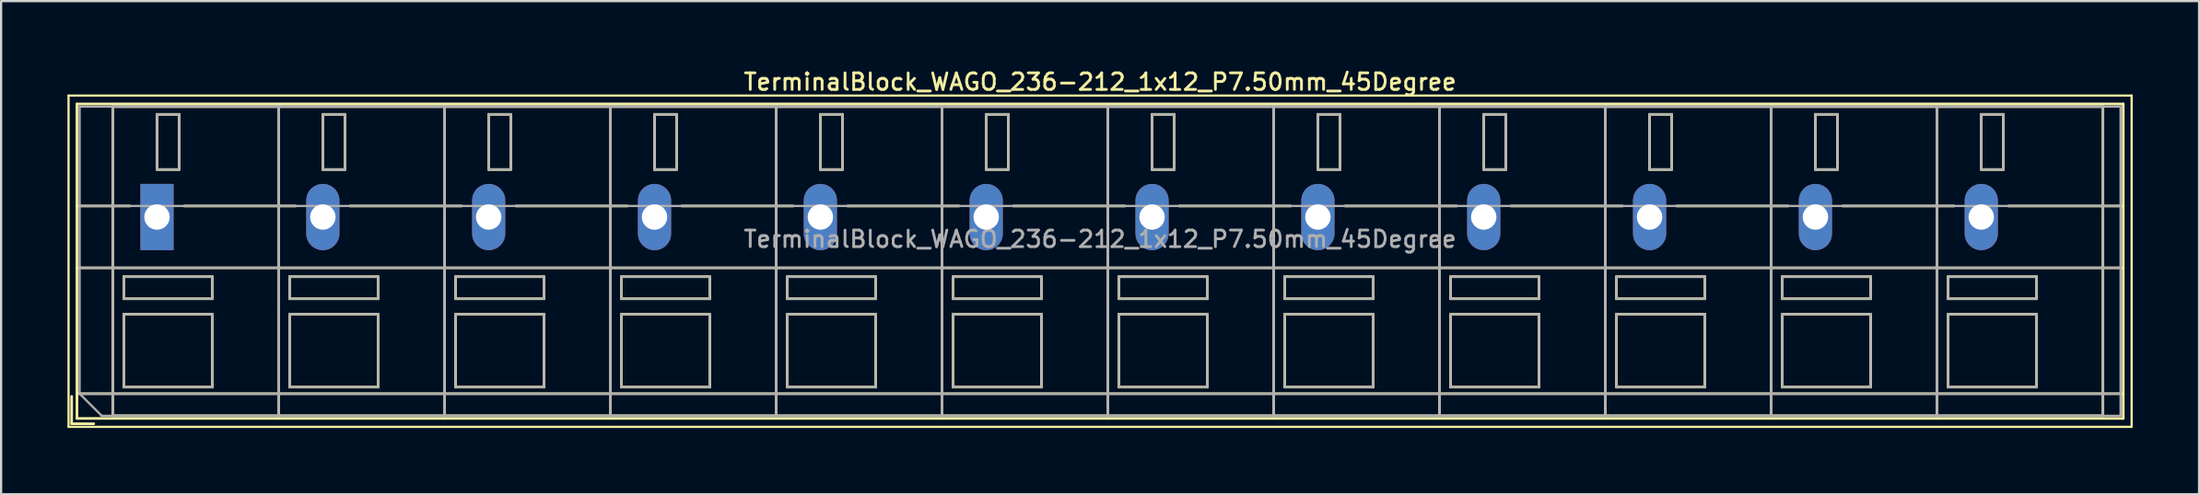
<source format=kicad_pcb>
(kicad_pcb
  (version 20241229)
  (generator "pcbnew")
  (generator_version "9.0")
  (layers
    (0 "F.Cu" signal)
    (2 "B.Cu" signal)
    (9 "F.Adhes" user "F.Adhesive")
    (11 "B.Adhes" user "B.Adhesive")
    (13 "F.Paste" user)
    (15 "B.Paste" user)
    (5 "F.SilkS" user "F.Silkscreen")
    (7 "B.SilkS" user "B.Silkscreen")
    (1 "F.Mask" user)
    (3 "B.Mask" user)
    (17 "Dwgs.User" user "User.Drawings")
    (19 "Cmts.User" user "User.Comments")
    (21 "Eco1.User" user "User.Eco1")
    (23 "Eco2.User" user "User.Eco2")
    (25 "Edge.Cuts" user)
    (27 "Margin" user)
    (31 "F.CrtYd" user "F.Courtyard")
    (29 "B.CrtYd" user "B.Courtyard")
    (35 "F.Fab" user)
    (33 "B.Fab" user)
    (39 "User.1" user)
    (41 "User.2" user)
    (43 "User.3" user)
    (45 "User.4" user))
  (footprint "TerminalBlock_WAGO_236-212_1x12_P7.50mm_45Degree"
    (layer "F.Cu")
    (at 4.05 6.778)
    (property "Reference" "TerminalBlock_WAGO_236-212_1x12_P7.50mm_45Degree" (at 42.65 -6.12 0) (layer "F.SilkS") (effects (font (size 0.75 0.75) (thickness 0.125))))
    (attr through_hole)
    (fp_line (start -4 -5.5) (end -4 9.5) (stroke (width 0.1) (type solid)) (layer "F.SilkS"))
    (fp_line (start -4 9.5) (end 89.3 9.5) (stroke (width 0.1) (type solid)) (layer "F.SilkS"))
    (fp_line (start -3.86 8.12) (end -3.86 9.36) (stroke (width 0.12) (type solid)) (layer "F.SilkS"))
    (fp_line (start -3.86 9.36) (end -2.86 9.36) (stroke (width 0.12) (type solid)) (layer "F.SilkS"))
    (fp_line (start -3.62 -5.12) (end -3.62 9.12) (stroke (width 0.12) (type solid)) (layer "F.SilkS"))
    (fp_line (start -3.62 -5.12) (end 88.92 -5.12) (stroke (width 0.12) (type solid)) (layer "F.SilkS"))
    (fp_line (start -3.62 -0.5) (end -1.23 -0.5) (stroke (width 0.12) (type solid)) (layer "F.SilkS"))
    (fp_line (start -3.62 2.3) (end 88.92 2.3) (stroke (width 0.12) (type solid)) (layer "F.SilkS"))
    (fp_line (start -3.62 8) (end 88.92 8) (stroke (width 0.12) (type solid)) (layer "F.SilkS"))
    (fp_line (start -3.62 9.12) (end 88.92 9.12) (stroke (width 0.12) (type solid)) (layer "F.SilkS"))
    (fp_line (start -2 -5) (end -2 9) (stroke (width 0.12) (type solid)) (layer "F.SilkS"))
    (fp_line (start -2 -5) (end 5.5 -5) (stroke (width 0.12) (type solid)) (layer "F.SilkS"))
    (fp_line (start -2 9) (end 5.5 9) (stroke (width 0.12) (type solid)) (layer "F.SilkS"))
    (fp_line (start -1.5 2.7) (end -1.5 3.7) (stroke (width 0.12) (type solid)) (layer "F.SilkS"))
    (fp_line (start -1.5 2.7) (end 2.5 2.7) (stroke (width 0.12) (type solid)) (layer "F.SilkS"))
    (fp_line (start -1.5 3.7) (end 2.5 3.7) (stroke (width 0.12) (type solid)) (layer "F.SilkS"))
    (fp_line (start -1.5 4.4) (end -1.5 7.7) (stroke (width 0.12) (type solid)) (layer "F.SilkS"))
    (fp_line (start -1.5 4.4) (end 2.5 4.4) (stroke (width 0.12) (type solid)) (layer "F.SilkS"))
    (fp_line (start -1.5 7.7) (end 2.5 7.7) (stroke (width 0.12) (type solid)) (layer "F.SilkS"))
    (fp_line (start 0 -4.65) (end 0 -2.151) (stroke (width 0.12) (type solid)) (layer "F.SilkS"))
    (fp_line (start 0 -4.65) (end 1 -4.65) (stroke (width 0.12) (type solid)) (layer "F.SilkS"))
    (fp_line (start 0 -2.151) (end 1 -2.151) (stroke (width 0.12) (type solid)) (layer "F.SilkS"))
    (fp_line (start 1 -4.65) (end 1 -2.151) (stroke (width 0.12) (type solid)) (layer "F.SilkS"))
    (fp_line (start 1.23 -0.5) (end 6.27 -0.5) (stroke (width 0.12) (type solid)) (layer "F.SilkS"))
    (fp_line (start 2.5 2.7) (end 2.5 3.7) (stroke (width 0.12) (type solid)) (layer "F.SilkS"))
    (fp_line (start 2.5 4.4) (end 2.5 7.7) (stroke (width 0.12) (type solid)) (layer "F.SilkS"))
    (fp_line (start 5.5 -5) (end 5.5 9) (stroke (width 0.12) (type solid)) (layer "F.SilkS"))
    (fp_line (start 5.5 -5) (end 5.5 9) (stroke (width 0.12) (type solid)) (layer "F.SilkS"))
    (fp_line (start 5.5 -5) (end 13 -5) (stroke (width 0.12) (type solid)) (layer "F.SilkS"))
    (fp_line (start 5.5 9) (end 13 9) (stroke (width 0.12) (type solid)) (layer "F.SilkS"))
    (fp_line (start 6 2.7) (end 6 3.7) (stroke (width 0.12) (type solid)) (layer "F.SilkS"))
    (fp_line (start 6 2.7) (end 10 2.7) (stroke (width 0.12) (type solid)) (layer "F.SilkS"))
    (fp_line (start 6 3.7) (end 10 3.7) (stroke (width 0.12) (type solid)) (layer "F.SilkS"))
    (fp_line (start 6 4.4) (end 6 7.7) (stroke (width 0.12) (type solid)) (layer "F.SilkS"))
    (fp_line (start 6 4.4) (end 10 4.4) (stroke (width 0.12) (type solid)) (layer "F.SilkS"))
    (fp_line (start 6 7.7) (end 10 7.7) (stroke (width 0.12) (type solid)) (layer "F.SilkS"))
    (fp_line (start 7.5 -4.65) (end 7.5 -2.151) (stroke (width 0.12) (type solid)) (layer "F.SilkS"))
    (fp_line (start 7.5 -4.65) (end 8.5 -4.65) (stroke (width 0.12) (type solid)) (layer "F.SilkS"))
    (fp_line (start 7.5 -2.151) (end 8.5 -2.151) (stroke (width 0.12) (type solid)) (layer "F.SilkS"))
    (fp_line (start 8.5 -4.65) (end 8.5 -2.151) (stroke (width 0.12) (type solid)) (layer "F.SilkS"))
    (fp_line (start 8.73 -0.5) (end 13.77 -0.5) (stroke (width 0.12) (type solid)) (layer "F.SilkS"))
    (fp_line (start 10 2.7) (end 10 3.7) (stroke (width 0.12) (type solid)) (layer "F.SilkS"))
    (fp_line (start 10 4.4) (end 10 7.7) (stroke (width 0.12) (type solid)) (layer "F.SilkS"))
    (fp_line (start 13 -5) (end 13 9) (stroke (width 0.12) (type solid)) (layer "F.SilkS"))
    (fp_line (start 13 -5) (end 13 9) (stroke (width 0.12) (type solid)) (layer "F.SilkS"))
    (fp_line (start 13 -5) (end 20.5 -5) (stroke (width 0.12) (type solid)) (layer "F.SilkS"))
    (fp_line (start 13 9) (end 20.5 9) (stroke (width 0.12) (type solid)) (layer "F.SilkS"))
    (fp_line (start 13.5 2.7) (end 13.5 3.7) (stroke (width 0.12) (type solid)) (layer "F.SilkS"))
    (fp_line (start 13.5 2.7) (end 17.5 2.7) (stroke (width 0.12) (type solid)) (layer "F.SilkS"))
    (fp_line (start 13.5 3.7) (end 17.5 3.7) (stroke (width 0.12) (type solid)) (layer "F.SilkS"))
    (fp_line (start 13.5 4.4) (end 13.5 7.7) (stroke (width 0.12) (type solid)) (layer "F.SilkS"))
    (fp_line (start 13.5 4.4) (end 17.5 4.4) (stroke (width 0.12) (type solid)) (layer "F.SilkS"))
    (fp_line (start 13.5 7.7) (end 17.5 7.7) (stroke (width 0.12) (type solid)) (layer "F.SilkS"))
    (fp_line (start 15 -4.65) (end 15 -2.151) (stroke (width 0.12) (type solid)) (layer "F.SilkS"))
    (fp_line (start 15 -4.65) (end 16 -4.65) (stroke (width 0.12) (type solid)) (layer "F.SilkS"))
    (fp_line (start 15 -2.151) (end 16 -2.151) (stroke (width 0.12) (type solid)) (layer "F.SilkS"))
    (fp_line (start 16 -4.65) (end 16 -2.151) (stroke (width 0.12) (type solid)) (layer "F.SilkS"))
    (fp_line (start 16.23 -0.5) (end 21.27 -0.5) (stroke (width 0.12) (type solid)) (layer "F.SilkS"))
    (fp_line (start 17.5 2.7) (end 17.5 3.7) (stroke (width 0.12) (type solid)) (layer "F.SilkS"))
    (fp_line (start 17.5 4.4) (end 17.5 7.7) (stroke (width 0.12) (type solid)) (layer "F.SilkS"))
    (fp_line (start 20.5 -5) (end 20.5 9) (stroke (width 0.12) (type solid)) (layer "F.SilkS"))
    (fp_line (start 20.5 -5) (end 20.5 9) (stroke (width 0.12) (type solid)) (layer "F.SilkS"))
    (fp_line (start 20.5 -5) (end 28 -5) (stroke (width 0.12) (type solid)) (layer "F.SilkS"))
    (fp_line (start 20.5 9) (end 28 9) (stroke (width 0.12) (type solid)) (layer "F.SilkS"))
    (fp_line (start 21 2.7) (end 21 3.7) (stroke (width 0.12) (type solid)) (layer "F.SilkS"))
    (fp_line (start 21 2.7) (end 25 2.7) (stroke (width 0.12) (type solid)) (layer "F.SilkS"))
    (fp_line (start 21 3.7) (end 25 3.7) (stroke (width 0.12) (type solid)) (layer "F.SilkS"))
    (fp_line (start 21 4.4) (end 21 7.7) (stroke (width 0.12) (type solid)) (layer "F.SilkS"))
    (fp_line (start 21 4.4) (end 25 4.4) (stroke (width 0.12) (type solid)) (layer "F.SilkS"))
    (fp_line (start 21 7.7) (end 25 7.7) (stroke (width 0.12) (type solid)) (layer "F.SilkS"))
    (fp_line (start 22.5 -4.65) (end 22.5 -2.151) (stroke (width 0.12) (type solid)) (layer "F.SilkS"))
    (fp_line (start 22.5 -4.65) (end 23.5 -4.65) (stroke (width 0.12) (type solid)) (layer "F.SilkS"))
    (fp_line (start 22.5 -2.151) (end 23.5 -2.151) (stroke (width 0.12) (type solid)) (layer "F.SilkS"))
    (fp_line (start 23.5 -4.65) (end 23.5 -2.151) (stroke (width 0.12) (type solid)) (layer "F.SilkS"))
    (fp_line (start 23.73 -0.5) (end 28.77 -0.5) (stroke (width 0.12) (type solid)) (layer "F.SilkS"))
    (fp_line (start 25 2.7) (end 25 3.7) (stroke (width 0.12) (type solid)) (layer "F.SilkS"))
    (fp_line (start 25 4.4) (end 25 7.7) (stroke (width 0.12) (type solid)) (layer "F.SilkS"))
    (fp_line (start 28 -5) (end 28 9) (stroke (width 0.12) (type solid)) (layer "F.SilkS"))
    (fp_line (start 28 -5) (end 28 9) (stroke (width 0.12) (type solid)) (layer "F.SilkS"))
    (fp_line (start 28 -5) (end 35.5 -5) (stroke (width 0.12) (type solid)) (layer "F.SilkS"))
    (fp_line (start 28 9) (end 35.5 9) (stroke (width 0.12) (type solid)) (layer "F.SilkS"))
    (fp_line (start 28.5 2.7) (end 28.5 3.7) (stroke (width 0.12) (type solid)) (layer "F.SilkS"))
    (fp_line (start 28.5 2.7) (end 32.5 2.7) (stroke (width 0.12) (type solid)) (layer "F.SilkS"))
    (fp_line (start 28.5 3.7) (end 32.5 3.7) (stroke (width 0.12) (type solid)) (layer "F.SilkS"))
    (fp_line (start 28.5 4.4) (end 28.5 7.7) (stroke (width 0.12) (type solid)) (layer "F.SilkS"))
    (fp_line (start 28.5 4.4) (end 32.5 4.4) (stroke (width 0.12) (type solid)) (layer "F.SilkS"))
    (fp_line (start 28.5 7.7) (end 32.5 7.7) (stroke (width 0.12) (type solid)) (layer "F.SilkS"))
    (fp_line (start 30 -4.65) (end 30 -2.151) (stroke (width 0.12) (type solid)) (layer "F.SilkS"))
    (fp_line (start 30 -4.65) (end 31 -4.65) (stroke (width 0.12) (type solid)) (layer "F.SilkS"))
    (fp_line (start 30 -2.151) (end 31 -2.151) (stroke (width 0.12) (type solid)) (layer "F.SilkS"))
    (fp_line (start 31 -4.65) (end 31 -2.151) (stroke (width 0.12) (type solid)) (layer "F.SilkS"))
    (fp_line (start 31.23 -0.5) (end 36.27 -0.5) (stroke (width 0.12) (type solid)) (layer "F.SilkS"))
    (fp_line (start 32.5 2.7) (end 32.5 3.7) (stroke (width 0.12) (type solid)) (layer "F.SilkS"))
    (fp_line (start 32.5 4.4) (end 32.5 7.7) (stroke (width 0.12) (type solid)) (layer "F.SilkS"))
    (fp_line (start 35.5 -5) (end 35.5 9) (stroke (width 0.12) (type solid)) (layer "F.SilkS"))
    (fp_line (start 35.5 -5) (end 35.5 9) (stroke (width 0.12) (type solid)) (layer "F.SilkS"))
    (fp_line (start 35.5 -5) (end 43 -5) (stroke (width 0.12) (type solid)) (layer "F.SilkS"))
    (fp_line (start 35.5 9) (end 43 9) (stroke (width 0.12) (type solid)) (layer "F.SilkS"))
    (fp_line (start 36 2.7) (end 36 3.7) (stroke (width 0.12) (type solid)) (layer "F.SilkS"))
    (fp_line (start 36 2.7) (end 40 2.7) (stroke (width 0.12) (type solid)) (layer "F.SilkS"))
    (fp_line (start 36 3.7) (end 40 3.7) (stroke (width 0.12) (type solid)) (layer "F.SilkS"))
    (fp_line (start 36 4.4) (end 36 7.7) (stroke (width 0.12) (type solid)) (layer "F.SilkS"))
    (fp_line (start 36 4.4) (end 40 4.4) (stroke (width 0.12) (type solid)) (layer "F.SilkS"))
    (fp_line (start 36 7.7) (end 40 7.7) (stroke (width 0.12) (type solid)) (layer "F.SilkS"))
    (fp_line (start 37.5 -4.65) (end 37.5 -2.151) (stroke (width 0.12) (type solid)) (layer "F.SilkS"))
    (fp_line (start 37.5 -4.65) (end 38.5 -4.65) (stroke (width 0.12) (type solid)) (layer "F.SilkS"))
    (fp_line (start 37.5 -2.151) (end 38.5 -2.151) (stroke (width 0.12) (type solid)) (layer "F.SilkS"))
    (fp_line (start 38.5 -4.65) (end 38.5 -2.151) (stroke (width 0.12) (type solid)) (layer "F.SilkS"))
    (fp_line (start 38.73 -0.5) (end 43.77 -0.5) (stroke (width 0.12) (type solid)) (layer "F.SilkS"))
    (fp_line (start 40 2.7) (end 40 3.7) (stroke (width 0.12) (type solid)) (layer "F.SilkS"))
    (fp_line (start 40 4.4) (end 40 7.7) (stroke (width 0.12) (type solid)) (layer "F.SilkS"))
    (fp_line (start 43 -5) (end 43 9) (stroke (width 0.12) (type solid)) (layer "F.SilkS"))
    (fp_line (start 43 -5) (end 43 9) (stroke (width 0.12) (type solid)) (layer "F.SilkS"))
    (fp_line (start 43 -5) (end 50.5 -5) (stroke (width 0.12) (type solid)) (layer "F.SilkS"))
    (fp_line (start 43 9) (end 50.5 9) (stroke (width 0.12) (type solid)) (layer "F.SilkS"))
    (fp_line (start 43.5 2.7) (end 43.5 3.7) (stroke (width 0.12) (type solid)) (layer "F.SilkS"))
    (fp_line (start 43.5 2.7) (end 47.5 2.7) (stroke (width 0.12) (type solid)) (layer "F.SilkS"))
    (fp_line (start 43.5 3.7) (end 47.5 3.7) (stroke (width 0.12) (type solid)) (layer "F.SilkS"))
    (fp_line (start 43.5 4.4) (end 43.5 7.7) (stroke (width 0.12) (type solid)) (layer "F.SilkS"))
    (fp_line (start 43.5 4.4) (end 47.5 4.4) (stroke (width 0.12) (type solid)) (layer "F.SilkS"))
    (fp_line (start 43.5 7.7) (end 47.5 7.7) (stroke (width 0.12) (type solid)) (layer "F.SilkS"))
    (fp_line (start 45 -4.65) (end 45 -2.151) (stroke (width 0.12) (type solid)) (layer "F.SilkS"))
    (fp_line (start 45 -4.65) (end 46 -4.65) (stroke (width 0.12) (type solid)) (layer "F.SilkS"))
    (fp_line (start 45 -2.151) (end 46 -2.151) (stroke (width 0.12) (type solid)) (layer "F.SilkS"))
    (fp_line (start 46 -4.65) (end 46 -2.151) (stroke (width 0.12) (type solid)) (layer "F.SilkS"))
    (fp_line (start 46.23 -0.5) (end 51.27 -0.5) (stroke (width 0.12) (type solid)) (layer "F.SilkS"))
    (fp_line (start 47.5 2.7) (end 47.5 3.7) (stroke (width 0.12) (type solid)) (layer "F.SilkS"))
    (fp_line (start 47.5 4.4) (end 47.5 7.7) (stroke (width 0.12) (type solid)) (layer "F.SilkS"))
    (fp_line (start 50.5 -5) (end 50.5 9) (stroke (width 0.12) (type solid)) (layer "F.SilkS"))
    (fp_line (start 50.5 -5) (end 50.5 9) (stroke (width 0.12) (type solid)) (layer "F.SilkS"))
    (fp_line (start 50.5 -5) (end 58 -5) (stroke (width 0.12) (type solid)) (layer "F.SilkS"))
    (fp_line (start 50.5 9) (end 58 9) (stroke (width 0.12) (type solid)) (layer "F.SilkS"))
    (fp_line (start 51 2.7) (end 51 3.7) (stroke (width 0.12) (type solid)) (layer "F.SilkS"))
    (fp_line (start 51 2.7) (end 55 2.7) (stroke (width 0.12) (type solid)) (layer "F.SilkS"))
    (fp_line (start 51 3.7) (end 55 3.7) (stroke (width 0.12) (type solid)) (layer "F.SilkS"))
    (fp_line (start 51 4.4) (end 51 7.7) (stroke (width 0.12) (type solid)) (layer "F.SilkS"))
    (fp_line (start 51 4.4) (end 55 4.4) (stroke (width 0.12) (type solid)) (layer "F.SilkS"))
    (fp_line (start 51 7.7) (end 55 7.7) (stroke (width 0.12) (type solid)) (layer "F.SilkS"))
    (fp_line (start 52.5 -4.65) (end 52.5 -2.151) (stroke (width 0.12) (type solid)) (layer "F.SilkS"))
    (fp_line (start 52.5 -4.65) (end 53.5 -4.65) (stroke (width 0.12) (type solid)) (layer "F.SilkS"))
    (fp_line (start 52.5 -2.151) (end 53.5 -2.151) (stroke (width 0.12) (type solid)) (layer "F.SilkS"))
    (fp_line (start 53.5 -4.65) (end 53.5 -2.151) (stroke (width 0.12) (type solid)) (layer "F.SilkS"))
    (fp_line (start 53.73 -0.5) (end 58.77 -0.5) (stroke (width 0.12) (type solid)) (layer "F.SilkS"))
    (fp_line (start 55 2.7) (end 55 3.7) (stroke (width 0.12) (type solid)) (layer "F.SilkS"))
    (fp_line (start 55 4.4) (end 55 7.7) (stroke (width 0.12) (type solid)) (layer "F.SilkS"))
    (fp_line (start 58 -5) (end 58 9) (stroke (width 0.12) (type solid)) (layer "F.SilkS"))
    (fp_line (start 58 -5) (end 58 9) (stroke (width 0.12) (type solid)) (layer "F.SilkS"))
    (fp_line (start 58 -5) (end 65.5 -5) (stroke (width 0.12) (type solid)) (layer "F.SilkS"))
    (fp_line (start 58 9) (end 65.5 9) (stroke (width 0.12) (type solid)) (layer "F.SilkS"))
    (fp_line (start 58.5 2.7) (end 58.5 3.7) (stroke (width 0.12) (type solid)) (layer "F.SilkS"))
    (fp_line (start 58.5 2.7) (end 62.5 2.7) (stroke (width 0.12) (type solid)) (layer "F.SilkS"))
    (fp_line (start 58.5 3.7) (end 62.5 3.7) (stroke (width 0.12) (type solid)) (layer "F.SilkS"))
    (fp_line (start 58.5 4.4) (end 58.5 7.7) (stroke (width 0.12) (type solid)) (layer "F.SilkS"))
    (fp_line (start 58.5 4.4) (end 62.5 4.4) (stroke (width 0.12) (type solid)) (layer "F.SilkS"))
    (fp_line (start 58.5 7.7) (end 62.5 7.7) (stroke (width 0.12) (type solid)) (layer "F.SilkS"))
    (fp_line (start 60 -4.65) (end 60 -2.151) (stroke (width 0.12) (type solid)) (layer "F.SilkS"))
    (fp_line (start 60 -4.65) (end 61 -4.65) (stroke (width 0.12) (type solid)) (layer "F.SilkS"))
    (fp_line (start 60 -2.151) (end 61 -2.151) (stroke (width 0.12) (type solid)) (layer "F.SilkS"))
    (fp_line (start 61 -4.65) (end 61 -2.151) (stroke (width 0.12) (type solid)) (layer "F.SilkS"))
    (fp_line (start 61.23 -0.5) (end 66.27 -0.5) (stroke (width 0.12) (type solid)) (layer "F.SilkS"))
    (fp_line (start 62.5 2.7) (end 62.5 3.7) (stroke (width 0.12) (type solid)) (layer "F.SilkS"))
    (fp_line (start 62.5 4.4) (end 62.5 7.7) (stroke (width 0.12) (type solid)) (layer "F.SilkS"))
    (fp_line (start 65.5 -5) (end 65.5 9) (stroke (width 0.12) (type solid)) (layer "F.SilkS"))
    (fp_line (start 65.5 -5) (end 65.5 9) (stroke (width 0.12) (type solid)) (layer "F.SilkS"))
    (fp_line (start 65.5 -5) (end 73 -5) (stroke (width 0.12) (type solid)) (layer "F.SilkS"))
    (fp_line (start 65.5 9) (end 73 9) (stroke (width 0.12) (type solid)) (layer "F.SilkS"))
    (fp_line (start 66 2.7) (end 66 3.7) (stroke (width 0.12) (type solid)) (layer "F.SilkS"))
    (fp_line (start 66 2.7) (end 70 2.7) (stroke (width 0.12) (type solid)) (layer "F.SilkS"))
    (fp_line (start 66 3.7) (end 70 3.7) (stroke (width 0.12) (type solid)) (layer "F.SilkS"))
    (fp_line (start 66 4.4) (end 66 7.7) (stroke (width 0.12) (type solid)) (layer "F.SilkS"))
    (fp_line (start 66 4.4) (end 70 4.4) (stroke (width 0.12) (type solid)) (layer "F.SilkS"))
    (fp_line (start 66 7.7) (end 70 7.7) (stroke (width 0.12) (type solid)) (layer "F.SilkS"))
    (fp_line (start 67.5 -4.65) (end 67.5 -2.151) (stroke (width 0.12) (type solid)) (layer "F.SilkS"))
    (fp_line (start 67.5 -4.65) (end 68.5 -4.65) (stroke (width 0.12) (type solid)) (layer "F.SilkS"))
    (fp_line (start 67.5 -2.151) (end 68.5 -2.151) (stroke (width 0.12) (type solid)) (layer "F.SilkS"))
    (fp_line (start 68.5 -4.65) (end 68.5 -2.151) (stroke (width 0.12) (type solid)) (layer "F.SilkS"))
    (fp_line (start 68.73 -0.5) (end 73.77 -0.5) (stroke (width 0.12) (type solid)) (layer "F.SilkS"))
    (fp_line (start 70 2.7) (end 70 3.7) (stroke (width 0.12) (type solid)) (layer "F.SilkS"))
    (fp_line (start 70 4.4) (end 70 7.7) (stroke (width 0.12) (type solid)) (layer "F.SilkS"))
    (fp_line (start 73 -5) (end 73 9) (stroke (width 0.12) (type solid)) (layer "F.SilkS"))
    (fp_line (start 73 -5) (end 73 9) (stroke (width 0.12) (type solid)) (layer "F.SilkS"))
    (fp_line (start 73 -5) (end 80.5 -5) (stroke (width 0.12) (type solid)) (layer "F.SilkS"))
    (fp_line (start 73 9) (end 80.5 9) (stroke (width 0.12) (type solid)) (layer "F.SilkS"))
    (fp_line (start 73.5 2.7) (end 73.5 3.7) (stroke (width 0.12) (type solid)) (layer "F.SilkS"))
    (fp_line (start 73.5 2.7) (end 77.5 2.7) (stroke (width 0.12) (type solid)) (layer "F.SilkS"))
    (fp_line (start 73.5 3.7) (end 77.5 3.7) (stroke (width 0.12) (type solid)) (layer "F.SilkS"))
    (fp_line (start 73.5 4.4) (end 73.5 7.7) (stroke (width 0.12) (type solid)) (layer "F.SilkS"))
    (fp_line (start 73.5 4.4) (end 77.5 4.4) (stroke (width 0.12) (type solid)) (layer "F.SilkS"))
    (fp_line (start 73.5 7.7) (end 77.5 7.7) (stroke (width 0.12) (type solid)) (layer "F.SilkS"))
    (fp_line (start 75 -4.65) (end 75 -2.151) (stroke (width 0.12) (type solid)) (layer "F.SilkS"))
    (fp_line (start 75 -4.65) (end 76 -4.65) (stroke (width 0.12) (type solid)) (layer "F.SilkS"))
    (fp_line (start 75 -2.151) (end 76 -2.151) (stroke (width 0.12) (type solid)) (layer "F.SilkS"))
    (fp_line (start 76 -4.65) (end 76 -2.151) (stroke (width 0.12) (type solid)) (layer "F.SilkS"))
    (fp_line (start 76.23 -0.5) (end 81.27 -0.5) (stroke (width 0.12) (type solid)) (layer "F.SilkS"))
    (fp_line (start 77.5 2.7) (end 77.5 3.7) (stroke (width 0.12) (type solid)) (layer "F.SilkS"))
    (fp_line (start 77.5 4.4) (end 77.5 7.7) (stroke (width 0.12) (type solid)) (layer "F.SilkS"))
    (fp_line (start 80.5 -5) (end 80.5 9) (stroke (width 0.12) (type solid)) (layer "F.SilkS"))
    (fp_line (start 80.5 -5) (end 80.5 9) (stroke (width 0.12) (type solid)) (layer "F.SilkS"))
    (fp_line (start 80.5 -5) (end 88 -5) (stroke (width 0.12) (type solid)) (layer "F.SilkS"))
    (fp_line (start 80.5 9) (end 88 9) (stroke (width 0.12) (type solid)) (layer "F.SilkS"))
    (fp_line (start 81 2.7) (end 81 3.7) (stroke (width 0.12) (type solid)) (layer "F.SilkS"))
    (fp_line (start 81 2.7) (end 85 2.7) (stroke (width 0.12) (type solid)) (layer "F.SilkS"))
    (fp_line (start 81 3.7) (end 85 3.7) (stroke (width 0.12) (type solid)) (layer "F.SilkS"))
    (fp_line (start 81 4.4) (end 81 7.7) (stroke (width 0.12) (type solid)) (layer "F.SilkS"))
    (fp_line (start 81 4.4) (end 85 4.4) (stroke (width 0.12) (type solid)) (layer "F.SilkS"))
    (fp_line (start 81 7.7) (end 85 7.7) (stroke (width 0.12) (type solid)) (layer "F.SilkS"))
    (fp_line (start 82.5 -4.65) (end 82.5 -2.151) (stroke (width 0.12) (type solid)) (layer "F.SilkS"))
    (fp_line (start 82.5 -4.65) (end 83.5 -4.65) (stroke (width 0.12) (type solid)) (layer "F.SilkS"))
    (fp_line (start 82.5 -2.151) (end 83.5 -2.151) (stroke (width 0.12) (type solid)) (layer "F.SilkS"))
    (fp_line (start 83.5 -4.65) (end 83.5 -2.151) (stroke (width 0.12) (type solid)) (layer "F.SilkS"))
    (fp_line (start 83.73 -0.5) (end 88.92 -0.5) (stroke (width 0.12) (type solid)) (layer "F.SilkS"))
    (fp_line (start 85 2.7) (end 85 3.7) (stroke (width 0.12) (type solid)) (layer "F.SilkS"))
    (fp_line (start 85 4.4) (end 85 7.7) (stroke (width 0.12) (type solid)) (layer "F.SilkS"))
    (fp_line (start 88 -5) (end 88 9) (stroke (width 0.12) (type solid)) (layer "F.SilkS"))
    (fp_line (start 88.92 -5.12) (end 88.92 9.12) (stroke (width 0.12) (type solid)) (layer "F.SilkS"))
    (fp_line (start 89.3 -5.5) (end -4 -5.5) (stroke (width 0.1) (type solid)) (layer "F.SilkS"))
    (fp_line (start 89.3 9.5) (end 89.3 -5.5) (stroke (width 0.1) (type solid)) (layer "F.SilkS"))
    (fp_line (start -3.5 -5) (end 88.8 -5) (stroke (width 0.1) (type solid)) (layer "F.Fab"))
    (fp_line (start -3.5 -0.5) (end 88.8 -0.5) (stroke (width 0.1) (type solid)) (layer "F.Fab"))
    (fp_line (start -3.5 2.3) (end 88.8 2.3) (stroke (width 0.1) (type solid)) (layer "F.Fab"))
    (fp_line (start -3.5 8) (end -3.5 -5) (stroke (width 0.1) (type solid)) (layer "F.Fab"))
    (fp_line (start -3.5 8) (end 88.8 8) (stroke (width 0.1) (type solid)) (layer "F.Fab"))
    (fp_line (start -2.5 9) (end -3.5 8) (stroke (width 0.1) (type solid)) (layer "F.Fab"))
    (fp_line (start -2 -5) (end -2 9) (stroke (width 0.1) (type solid)) (layer "F.Fab"))
    (fp_line (start -2 9) (end 5.5 9) (stroke (width 0.1) (type solid)) (layer "F.Fab"))
    (fp_line (start -1.5 2.7) (end -1.5 3.7) (stroke (width 0.1) (type solid)) (layer "F.Fab"))
    (fp_line (start -1.5 3.7) (end 2.5 3.7) (stroke (width 0.1) (type solid)) (layer "F.Fab"))
    (fp_line (start -1.5 4.4) (end -1.5 7.7) (stroke (width 0.1) (type solid)) (layer "F.Fab"))
    (fp_line (start -1.5 7.7) (end 2.5 7.7) (stroke (width 0.1) (type solid)) (layer "F.Fab"))
    (fp_line (start 0 -4.65) (end 0 -2.15) (stroke (width 0.1) (type solid)) (layer "F.Fab"))
    (fp_line (start 0 -2.15) (end 1 -2.15) (stroke (width 0.1) (type solid)) (layer "F.Fab"))
    (fp_line (start 1 -4.65) (end 0 -4.65) (stroke (width 0.1) (type solid)) (layer "F.Fab"))
    (fp_line (start 1 -2.15) (end 1 -4.65) (stroke (width 0.1) (type solid)) (layer "F.Fab"))
    (fp_line (start 2.5 2.7) (end -1.5 2.7) (stroke (width 0.1) (type solid)) (layer "F.Fab"))
    (fp_line (start 2.5 3.7) (end 2.5 2.7) (stroke (width 0.1) (type solid)) (layer "F.Fab"))
    (fp_line (start 2.5 4.4) (end -1.5 4.4) (stroke (width 0.1) (type solid)) (layer "F.Fab"))
    (fp_line (start 2.5 7.7) (end 2.5 4.4) (stroke (width 0.1) (type solid)) (layer "F.Fab"))
    (fp_line (start 5.5 -5) (end -2 -5) (stroke (width 0.1) (type solid)) (layer "F.Fab"))
    (fp_line (start 5.5 -5) (end 5.5 9) (stroke (width 0.1) (type solid)) (layer "F.Fab"))
    (fp_line (start 5.5 9) (end 5.5 -5) (stroke (width 0.1) (type solid)) (layer "F.Fab"))
    (fp_line (start 5.5 9) (end 13 9) (stroke (width 0.1) (type solid)) (layer "F.Fab"))
    (fp_line (start 6 2.7) (end 6 3.7) (stroke (width 0.1) (type solid)) (layer "F.Fab"))
    (fp_line (start 6 3.7) (end 10 3.7) (stroke (width 0.1) (type solid)) (layer "F.Fab"))
    (fp_line (start 6 4.4) (end 6 7.7) (stroke (width 0.1) (type solid)) (layer "F.Fab"))
    (fp_line (start 6 7.7) (end 10 7.7) (stroke (width 0.1) (type solid)) (layer "F.Fab"))
    (fp_line (start 7.5 -4.65) (end 7.5 -2.15) (stroke (width 0.1) (type solid)) (layer "F.Fab"))
    (fp_line (start 7.5 -2.15) (end 8.5 -2.15) (stroke (width 0.1) (type solid)) (layer "F.Fab"))
    (fp_line (start 8.5 -4.65) (end 7.5 -4.65) (stroke (width 0.1) (type solid)) (layer "F.Fab"))
    (fp_line (start 8.5 -2.15) (end 8.5 -4.65) (stroke (width 0.1) (type solid)) (layer "F.Fab"))
    (fp_line (start 10 2.7) (end 6 2.7) (stroke (width 0.1) (type solid)) (layer "F.Fab"))
    (fp_line (start 10 3.7) (end 10 2.7) (stroke (width 0.1) (type solid)) (layer "F.Fab"))
    (fp_line (start 10 4.4) (end 6 4.4) (stroke (width 0.1) (type solid)) (layer "F.Fab"))
    (fp_line (start 10 7.7) (end 10 4.4) (stroke (width 0.1) (type solid)) (layer "F.Fab"))
    (fp_line (start 13 -5) (end 5.5 -5) (stroke (width 0.1) (type solid)) (layer "F.Fab"))
    (fp_line (start 13 -5) (end 13 9) (stroke (width 0.1) (type solid)) (layer "F.Fab"))
    (fp_line (start 13 9) (end 13 -5) (stroke (width 0.1) (type solid)) (layer "F.Fab"))
    (fp_line (start 13 9) (end 20.5 9) (stroke (width 0.1) (type solid)) (layer "F.Fab"))
    (fp_line (start 13.5 2.7) (end 13.5 3.7) (stroke (width 0.1) (type solid)) (layer "F.Fab"))
    (fp_line (start 13.5 3.7) (end 17.5 3.7) (stroke (width 0.1) (type solid)) (layer "F.Fab"))
    (fp_line (start 13.5 4.4) (end 13.5 7.7) (stroke (width 0.1) (type solid)) (layer "F.Fab"))
    (fp_line (start 13.5 7.7) (end 17.5 7.7) (stroke (width 0.1) (type solid)) (layer "F.Fab"))
    (fp_line (start 15 -4.65) (end 15 -2.15) (stroke (width 0.1) (type solid)) (layer "F.Fab"))
    (fp_line (start 15 -2.15) (end 16 -2.15) (stroke (width 0.1) (type solid)) (layer "F.Fab"))
    (fp_line (start 16 -4.65) (end 15 -4.65) (stroke (width 0.1) (type solid)) (layer "F.Fab"))
    (fp_line (start 16 -2.15) (end 16 -4.65) (stroke (width 0.1) (type solid)) (layer "F.Fab"))
    (fp_line (start 17.5 2.7) (end 13.5 2.7) (stroke (width 0.1) (type solid)) (layer "F.Fab"))
    (fp_line (start 17.5 3.7) (end 17.5 2.7) (stroke (width 0.1) (type solid)) (layer "F.Fab"))
    (fp_line (start 17.5 4.4) (end 13.5 4.4) (stroke (width 0.1) (type solid)) (layer "F.Fab"))
    (fp_line (start 17.5 7.7) (end 17.5 4.4) (stroke (width 0.1) (type solid)) (layer "F.Fab"))
    (fp_line (start 20.5 -5) (end 13 -5) (stroke (width 0.1) (type solid)) (layer "F.Fab"))
    (fp_line (start 20.5 -5) (end 20.5 9) (stroke (width 0.1) (type solid)) (layer "F.Fab"))
    (fp_line (start 20.5 9) (end 20.5 -5) (stroke (width 0.1) (type solid)) (layer "F.Fab"))
    (fp_line (start 20.5 9) (end 28 9) (stroke (width 0.1) (type solid)) (layer "F.Fab"))
    (fp_line (start 21 2.7) (end 21 3.7) (stroke (width 0.1) (type solid)) (layer "F.Fab"))
    (fp_line (start 21 3.7) (end 25 3.7) (stroke (width 0.1) (type solid)) (layer "F.Fab"))
    (fp_line (start 21 4.4) (end 21 7.7) (stroke (width 0.1) (type solid)) (layer "F.Fab"))
    (fp_line (start 21 7.7) (end 25 7.7) (stroke (width 0.1) (type solid)) (layer "F.Fab"))
    (fp_line (start 22.5 -4.65) (end 22.5 -2.15) (stroke (width 0.1) (type solid)) (layer "F.Fab"))
    (fp_line (start 22.5 -2.15) (end 23.5 -2.15) (stroke (width 0.1) (type solid)) (layer "F.Fab"))
    (fp_line (start 23.5 -4.65) (end 22.5 -4.65) (stroke (width 0.1) (type solid)) (layer "F.Fab"))
    (fp_line (start 23.5 -2.15) (end 23.5 -4.65) (stroke (width 0.1) (type solid)) (layer "F.Fab"))
    (fp_line (start 25 2.7) (end 21 2.7) (stroke (width 0.1) (type solid)) (layer "F.Fab"))
    (fp_line (start 25 3.7) (end 25 2.7) (stroke (width 0.1) (type solid)) (layer "F.Fab"))
    (fp_line (start 25 4.4) (end 21 4.4) (stroke (width 0.1) (type solid)) (layer "F.Fab"))
    (fp_line (start 25 7.7) (end 25 4.4) (stroke (width 0.1) (type solid)) (layer "F.Fab"))
    (fp_line (start 28 -5) (end 20.5 -5) (stroke (width 0.1) (type solid)) (layer "F.Fab"))
    (fp_line (start 28 -5) (end 28 9) (stroke (width 0.1) (type solid)) (layer "F.Fab"))
    (fp_line (start 28 9) (end 28 -5) (stroke (width 0.1) (type solid)) (layer "F.Fab"))
    (fp_line (start 28 9) (end 35.5 9) (stroke (width 0.1) (type solid)) (layer "F.Fab"))
    (fp_line (start 28.5 2.7) (end 28.5 3.7) (stroke (width 0.1) (type solid)) (layer "F.Fab"))
    (fp_line (start 28.5 3.7) (end 32.5 3.7) (stroke (width 0.1) (type solid)) (layer "F.Fab"))
    (fp_line (start 28.5 4.4) (end 28.5 7.7) (stroke (width 0.1) (type solid)) (layer "F.Fab"))
    (fp_line (start 28.5 7.7) (end 32.5 7.7) (stroke (width 0.1) (type solid)) (layer "F.Fab"))
    (fp_line (start 30 -4.65) (end 30 -2.15) (stroke (width 0.1) (type solid)) (layer "F.Fab"))
    (fp_line (start 30 -2.15) (end 31 -2.15) (stroke (width 0.1) (type solid)) (layer "F.Fab"))
    (fp_line (start 31 -4.65) (end 30 -4.65) (stroke (width 0.1) (type solid)) (layer "F.Fab"))
    (fp_line (start 31 -2.15) (end 31 -4.65) (stroke (width 0.1) (type solid)) (layer "F.Fab"))
    (fp_line (start 32.5 2.7) (end 28.5 2.7) (stroke (width 0.1) (type solid)) (layer "F.Fab"))
    (fp_line (start 32.5 3.7) (end 32.5 2.7) (stroke (width 0.1) (type solid)) (layer "F.Fab"))
    (fp_line (start 32.5 4.4) (end 28.5 4.4) (stroke (width 0.1) (type solid)) (layer "F.Fab"))
    (fp_line (start 32.5 7.7) (end 32.5 4.4) (stroke (width 0.1) (type solid)) (layer "F.Fab"))
    (fp_line (start 35.5 -5) (end 28 -5) (stroke (width 0.1) (type solid)) (layer "F.Fab"))
    (fp_line (start 35.5 -5) (end 35.5 9) (stroke (width 0.1) (type solid)) (layer "F.Fab"))
    (fp_line (start 35.5 9) (end 35.5 -5) (stroke (width 0.1) (type solid)) (layer "F.Fab"))
    (fp_line (start 35.5 9) (end 43 9) (stroke (width 0.1) (type solid)) (layer "F.Fab"))
    (fp_line (start 36 2.7) (end 36 3.7) (stroke (width 0.1) (type solid)) (layer "F.Fab"))
    (fp_line (start 36 3.7) (end 40 3.7) (stroke (width 0.1) (type solid)) (layer "F.Fab"))
    (fp_line (start 36 4.4) (end 36 7.7) (stroke (width 0.1) (type solid)) (layer "F.Fab"))
    (fp_line (start 36 7.7) (end 40 7.7) (stroke (width 0.1) (type solid)) (layer "F.Fab"))
    (fp_line (start 37.5 -4.65) (end 37.5 -2.15) (stroke (width 0.1) (type solid)) (layer "F.Fab"))
    (fp_line (start 37.5 -2.15) (end 38.5 -2.15) (stroke (width 0.1) (type solid)) (layer "F.Fab"))
    (fp_line (start 38.5 -4.65) (end 37.5 -4.65) (stroke (width 0.1) (type solid)) (layer "F.Fab"))
    (fp_line (start 38.5 -2.15) (end 38.5 -4.65) (stroke (width 0.1) (type solid)) (layer "F.Fab"))
    (fp_line (start 40 2.7) (end 36 2.7) (stroke (width 0.1) (type solid)) (layer "F.Fab"))
    (fp_line (start 40 3.7) (end 40 2.7) (stroke (width 0.1) (type solid)) (layer "F.Fab"))
    (fp_line (start 40 4.4) (end 36 4.4) (stroke (width 0.1) (type solid)) (layer "F.Fab"))
    (fp_line (start 40 7.7) (end 40 4.4) (stroke (width 0.1) (type solid)) (layer "F.Fab"))
    (fp_line (start 43 -5) (end 35.5 -5) (stroke (width 0.1) (type solid)) (layer "F.Fab"))
    (fp_line (start 43 -5) (end 43 9) (stroke (width 0.1) (type solid)) (layer "F.Fab"))
    (fp_line (start 43 9) (end 43 -5) (stroke (width 0.1) (type solid)) (layer "F.Fab"))
    (fp_line (start 43 9) (end 50.5 9) (stroke (width 0.1) (type solid)) (layer "F.Fab"))
    (fp_line (start 43.5 2.7) (end 43.5 3.7) (stroke (width 0.1) (type solid)) (layer "F.Fab"))
    (fp_line (start 43.5 3.7) (end 47.5 3.7) (stroke (width 0.1) (type solid)) (layer "F.Fab"))
    (fp_line (start 43.5 4.4) (end 43.5 7.7) (stroke (width 0.1) (type solid)) (layer "F.Fab"))
    (fp_line (start 43.5 7.7) (end 47.5 7.7) (stroke (width 0.1) (type solid)) (layer "F.Fab"))
    (fp_line (start 45 -4.65) (end 45 -2.15) (stroke (width 0.1) (type solid)) (layer "F.Fab"))
    (fp_line (start 45 -2.15) (end 46 -2.15) (stroke (width 0.1) (type solid)) (layer "F.Fab"))
    (fp_line (start 46 -4.65) (end 45 -4.65) (stroke (width 0.1) (type solid)) (layer "F.Fab"))
    (fp_line (start 46 -2.15) (end 46 -4.65) (stroke (width 0.1) (type solid)) (layer "F.Fab"))
    (fp_line (start 47.5 2.7) (end 43.5 2.7) (stroke (width 0.1) (type solid)) (layer "F.Fab"))
    (fp_line (start 47.5 3.7) (end 47.5 2.7) (stroke (width 0.1) (type solid)) (layer "F.Fab"))
    (fp_line (start 47.5 4.4) (end 43.5 4.4) (stroke (width 0.1) (type solid)) (layer "F.Fab"))
    (fp_line (start 47.5 7.7) (end 47.5 4.4) (stroke (width 0.1) (type solid)) (layer "F.Fab"))
    (fp_line (start 50.5 -5) (end 43 -5) (stroke (width 0.1) (type solid)) (layer "F.Fab"))
    (fp_line (start 50.5 -5) (end 50.5 9) (stroke (width 0.1) (type solid)) (layer "F.Fab"))
    (fp_line (start 50.5 9) (end 50.5 -5) (stroke (width 0.1) (type solid)) (layer "F.Fab"))
    (fp_line (start 50.5 9) (end 58 9) (stroke (width 0.1) (type solid)) (layer "F.Fab"))
    (fp_line (start 51 2.7) (end 51 3.7) (stroke (width 0.1) (type solid)) (layer "F.Fab"))
    (fp_line (start 51 3.7) (end 55 3.7) (stroke (width 0.1) (type solid)) (layer "F.Fab"))
    (fp_line (start 51 4.4) (end 51 7.7) (stroke (width 0.1) (type solid)) (layer "F.Fab"))
    (fp_line (start 51 7.7) (end 55 7.7) (stroke (width 0.1) (type solid)) (layer "F.Fab"))
    (fp_line (start 52.5 -4.65) (end 52.5 -2.15) (stroke (width 0.1) (type solid)) (layer "F.Fab"))
    (fp_line (start 52.5 -2.15) (end 53.5 -2.15) (stroke (width 0.1) (type solid)) (layer "F.Fab"))
    (fp_line (start 53.5 -4.65) (end 52.5 -4.65) (stroke (width 0.1) (type solid)) (layer "F.Fab"))
    (fp_line (start 53.5 -2.15) (end 53.5 -4.65) (stroke (width 0.1) (type solid)) (layer "F.Fab"))
    (fp_line (start 55 2.7) (end 51 2.7) (stroke (width 0.1) (type solid)) (layer "F.Fab"))
    (fp_line (start 55 3.7) (end 55 2.7) (stroke (width 0.1) (type solid)) (layer "F.Fab"))
    (fp_line (start 55 4.4) (end 51 4.4) (stroke (width 0.1) (type solid)) (layer "F.Fab"))
    (fp_line (start 55 7.7) (end 55 4.4) (stroke (width 0.1) (type solid)) (layer "F.Fab"))
    (fp_line (start 58 -5) (end 50.5 -5) (stroke (width 0.1) (type solid)) (layer "F.Fab"))
    (fp_line (start 58 -5) (end 58 9) (stroke (width 0.1) (type solid)) (layer "F.Fab"))
    (fp_line (start 58 9) (end 58 -5) (stroke (width 0.1) (type solid)) (layer "F.Fab"))
    (fp_line (start 58 9) (end 65.5 9) (stroke (width 0.1) (type solid)) (layer "F.Fab"))
    (fp_line (start 58.5 2.7) (end 58.5 3.7) (stroke (width 0.1) (type solid)) (layer "F.Fab"))
    (fp_line (start 58.5 3.7) (end 62.5 3.7) (stroke (width 0.1) (type solid)) (layer "F.Fab"))
    (fp_line (start 58.5 4.4) (end 58.5 7.7) (stroke (width 0.1) (type solid)) (layer "F.Fab"))
    (fp_line (start 58.5 7.7) (end 62.5 7.7) (stroke (width 0.1) (type solid)) (layer "F.Fab"))
    (fp_line (start 60 -4.65) (end 60 -2.15) (stroke (width 0.1) (type solid)) (layer "F.Fab"))
    (fp_line (start 60 -2.15) (end 61 -2.15) (stroke (width 0.1) (type solid)) (layer "F.Fab"))
    (fp_line (start 61 -4.65) (end 60 -4.65) (stroke (width 0.1) (type solid)) (layer "F.Fab"))
    (fp_line (start 61 -2.15) (end 61 -4.65) (stroke (width 0.1) (type solid)) (layer "F.Fab"))
    (fp_line (start 62.5 2.7) (end 58.5 2.7) (stroke (width 0.1) (type solid)) (layer "F.Fab"))
    (fp_line (start 62.5 3.7) (end 62.5 2.7) (stroke (width 0.1) (type solid)) (layer "F.Fab"))
    (fp_line (start 62.5 4.4) (end 58.5 4.4) (stroke (width 0.1) (type solid)) (layer "F.Fab"))
    (fp_line (start 62.5 7.7) (end 62.5 4.4) (stroke (width 0.1) (type solid)) (layer "F.Fab"))
    (fp_line (start 65.5 -5) (end 58 -5) (stroke (width 0.1) (type solid)) (layer "F.Fab"))
    (fp_line (start 65.5 -5) (end 65.5 9) (stroke (width 0.1) (type solid)) (layer "F.Fab"))
    (fp_line (start 65.5 9) (end 65.5 -5) (stroke (width 0.1) (type solid)) (layer "F.Fab"))
    (fp_line (start 65.5 9) (end 73 9) (stroke (width 0.1) (type solid)) (layer "F.Fab"))
    (fp_line (start 66 2.7) (end 66 3.7) (stroke (width 0.1) (type solid)) (layer "F.Fab"))
    (fp_line (start 66 3.7) (end 70 3.7) (stroke (width 0.1) (type solid)) (layer "F.Fab"))
    (fp_line (start 66 4.4) (end 66 7.7) (stroke (width 0.1) (type solid)) (layer "F.Fab"))
    (fp_line (start 66 7.7) (end 70 7.7) (stroke (width 0.1) (type solid)) (layer "F.Fab"))
    (fp_line (start 67.5 -4.65) (end 67.5 -2.15) (stroke (width 0.1) (type solid)) (layer "F.Fab"))
    (fp_line (start 67.5 -2.15) (end 68.5 -2.15) (stroke (width 0.1) (type solid)) (layer "F.Fab"))
    (fp_line (start 68.5 -4.65) (end 67.5 -4.65) (stroke (width 0.1) (type solid)) (layer "F.Fab"))
    (fp_line (start 68.5 -2.15) (end 68.5 -4.65) (stroke (width 0.1) (type solid)) (layer "F.Fab"))
    (fp_line (start 70 2.7) (end 66 2.7) (stroke (width 0.1) (type solid)) (layer "F.Fab"))
    (fp_line (start 70 3.7) (end 70 2.7) (stroke (width 0.1) (type solid)) (layer "F.Fab"))
    (fp_line (start 70 4.4) (end 66 4.4) (stroke (width 0.1) (type solid)) (layer "F.Fab"))
    (fp_line (start 70 7.7) (end 70 4.4) (stroke (width 0.1) (type solid)) (layer "F.Fab"))
    (fp_line (start 73 -5) (end 65.5 -5) (stroke (width 0.1) (type solid)) (layer "F.Fab"))
    (fp_line (start 73 -5) (end 73 9) (stroke (width 0.1) (type solid)) (layer "F.Fab"))
    (fp_line (start 73 9) (end 73 -5) (stroke (width 0.1) (type solid)) (layer "F.Fab"))
    (fp_line (start 73 9) (end 80.5 9) (stroke (width 0.1) (type solid)) (layer "F.Fab"))
    (fp_line (start 73.5 2.7) (end 73.5 3.7) (stroke (width 0.1) (type solid)) (layer "F.Fab"))
    (fp_line (start 73.5 3.7) (end 77.5 3.7) (stroke (width 0.1) (type solid)) (layer "F.Fab"))
    (fp_line (start 73.5 4.4) (end 73.5 7.7) (stroke (width 0.1) (type solid)) (layer "F.Fab"))
    (fp_line (start 73.5 7.7) (end 77.5 7.7) (stroke (width 0.1) (type solid)) (layer "F.Fab"))
    (fp_line (start 75 -4.65) (end 75 -2.15) (stroke (width 0.1) (type solid)) (layer "F.Fab"))
    (fp_line (start 75 -2.15) (end 76 -2.15) (stroke (width 0.1) (type solid)) (layer "F.Fab"))
    (fp_line (start 76 -4.65) (end 75 -4.65) (stroke (width 0.1) (type solid)) (layer "F.Fab"))
    (fp_line (start 76 -2.15) (end 76 -4.65) (stroke (width 0.1) (type solid)) (layer "F.Fab"))
    (fp_line (start 77.5 2.7) (end 73.5 2.7) (stroke (width 0.1) (type solid)) (layer "F.Fab"))
    (fp_line (start 77.5 3.7) (end 77.5 2.7) (stroke (width 0.1) (type solid)) (layer "F.Fab"))
    (fp_line (start 77.5 4.4) (end 73.5 4.4) (stroke (width 0.1) (type solid)) (layer "F.Fab"))
    (fp_line (start 77.5 7.7) (end 77.5 4.4) (stroke (width 0.1) (type solid)) (layer "F.Fab"))
    (fp_line (start 80.5 -5) (end 73 -5) (stroke (width 0.1) (type solid)) (layer "F.Fab"))
    (fp_line (start 80.5 -5) (end 80.5 9) (stroke (width 0.1) (type solid)) (layer "F.Fab"))
    (fp_line (start 80.5 9) (end 80.5 -5) (stroke (width 0.1) (type solid)) (layer "F.Fab"))
    (fp_line (start 80.5 9) (end 88 9) (stroke (width 0.1) (type solid)) (layer "F.Fab"))
    (fp_line (start 81 2.7) (end 81 3.7) (stroke (width 0.1) (type solid)) (layer "F.Fab"))
    (fp_line (start 81 3.7) (end 85 3.7) (stroke (width 0.1) (type solid)) (layer "F.Fab"))
    (fp_line (start 81 4.4) (end 81 7.7) (stroke (width 0.1) (type solid)) (layer "F.Fab"))
    (fp_line (start 81 7.7) (end 85 7.7) (stroke (width 0.1) (type solid)) (layer "F.Fab"))
    (fp_line (start 82.5 -4.65) (end 82.5 -2.15) (stroke (width 0.1) (type solid)) (layer "F.Fab"))
    (fp_line (start 82.5 -2.15) (end 83.5 -2.15) (stroke (width 0.1) (type solid)) (layer "F.Fab"))
    (fp_line (start 83.5 -4.65) (end 82.5 -4.65) (stroke (width 0.1) (type solid)) (layer "F.Fab"))
    (fp_line (start 83.5 -2.15) (end 83.5 -4.65) (stroke (width 0.1) (type solid)) (layer "F.Fab"))
    (fp_line (start 85 2.7) (end 81 2.7) (stroke (width 0.1) (type solid)) (layer "F.Fab"))
    (fp_line (start 85 3.7) (end 85 2.7) (stroke (width 0.1) (type solid)) (layer "F.Fab"))
    (fp_line (start 85 4.4) (end 81 4.4) (stroke (width 0.1) (type solid)) (layer "F.Fab"))
    (fp_line (start 85 7.7) (end 85 4.4) (stroke (width 0.1) (type solid)) (layer "F.Fab"))
    (fp_line (start 88 -5) (end 80.5 -5) (stroke (width 0.1) (type solid)) (layer "F.Fab"))
    (fp_line (start 88 9) (end 88 -5) (stroke (width 0.1) (type solid)) (layer "F.Fab"))
    (fp_line (start 88.8 -5) (end 88.8 9) (stroke (width 0.1) (type solid)) (layer "F.Fab"))
    (fp_line (start 88.8 9) (end -2.5 9) (stroke (width 0.1) (type solid)) (layer "F.Fab"))
    (fp_text user "${REFERENCE}" (at 42.65 1 0) (layer "F.Fab") (effects (font (size 0.75 0.75) (thickness 0.125))))
    (pad "1" thru_hole rect (at 0 0) (size 1.5 3) (drill 1.15) (layers "*.Cu" "*.Mask"))
    (pad "2" thru_hole oval (at 7.5 0) (size 1.5 3) (drill 1.15) (layers "*.Cu" "*.Mask"))
    (pad "3" thru_hole oval (at 15 0) (size 1.5 3) (drill 1.15) (layers "*.Cu" "*.Mask"))
    (pad "4" thru_hole oval (at 22.5 0) (size 1.5 3) (drill 1.15) (layers "*.Cu" "*.Mask"))
    (pad "5" thru_hole oval (at 30 0) (size 1.5 3) (drill 1.15) (layers "*.Cu" "*.Mask"))
    (pad "6" thru_hole oval (at 37.5 0) (size 1.5 3) (drill 1.15) (layers "*.Cu" "*.Mask"))
    (pad "7" thru_hole oval (at 45 0) (size 1.5 3) (drill 1.15) (layers "*.Cu" "*.Mask"))
    (pad "8" thru_hole oval (at 52.5 0) (size 1.5 3) (drill 1.15) (layers "*.Cu" "*.Mask"))
    (pad "9" thru_hole oval (at 60 0) (size 1.5 3) (drill 1.15) (layers "*.Cu" "*.Mask"))
    (pad "10" thru_hole oval (at 67.5 0) (size 1.5 3) (drill 1.15) (layers "*.Cu" "*.Mask"))
    (pad "11" thru_hole oval (at 75 0) (size 1.5 3) (drill 1.15) (layers "*.Cu" "*.Mask"))
    (pad "12" thru_hole oval (at 82.5 0) (size 1.5 3) (drill 1.15) (layers "*.Cu" "*.Mask")))
  (gr_rect
    (start -3 -3)
    (end 96.4 19.328)
    (stroke (width 0.1) (type default))
    (fill no)
    (layer "Edge.Cuts")))
</source>
